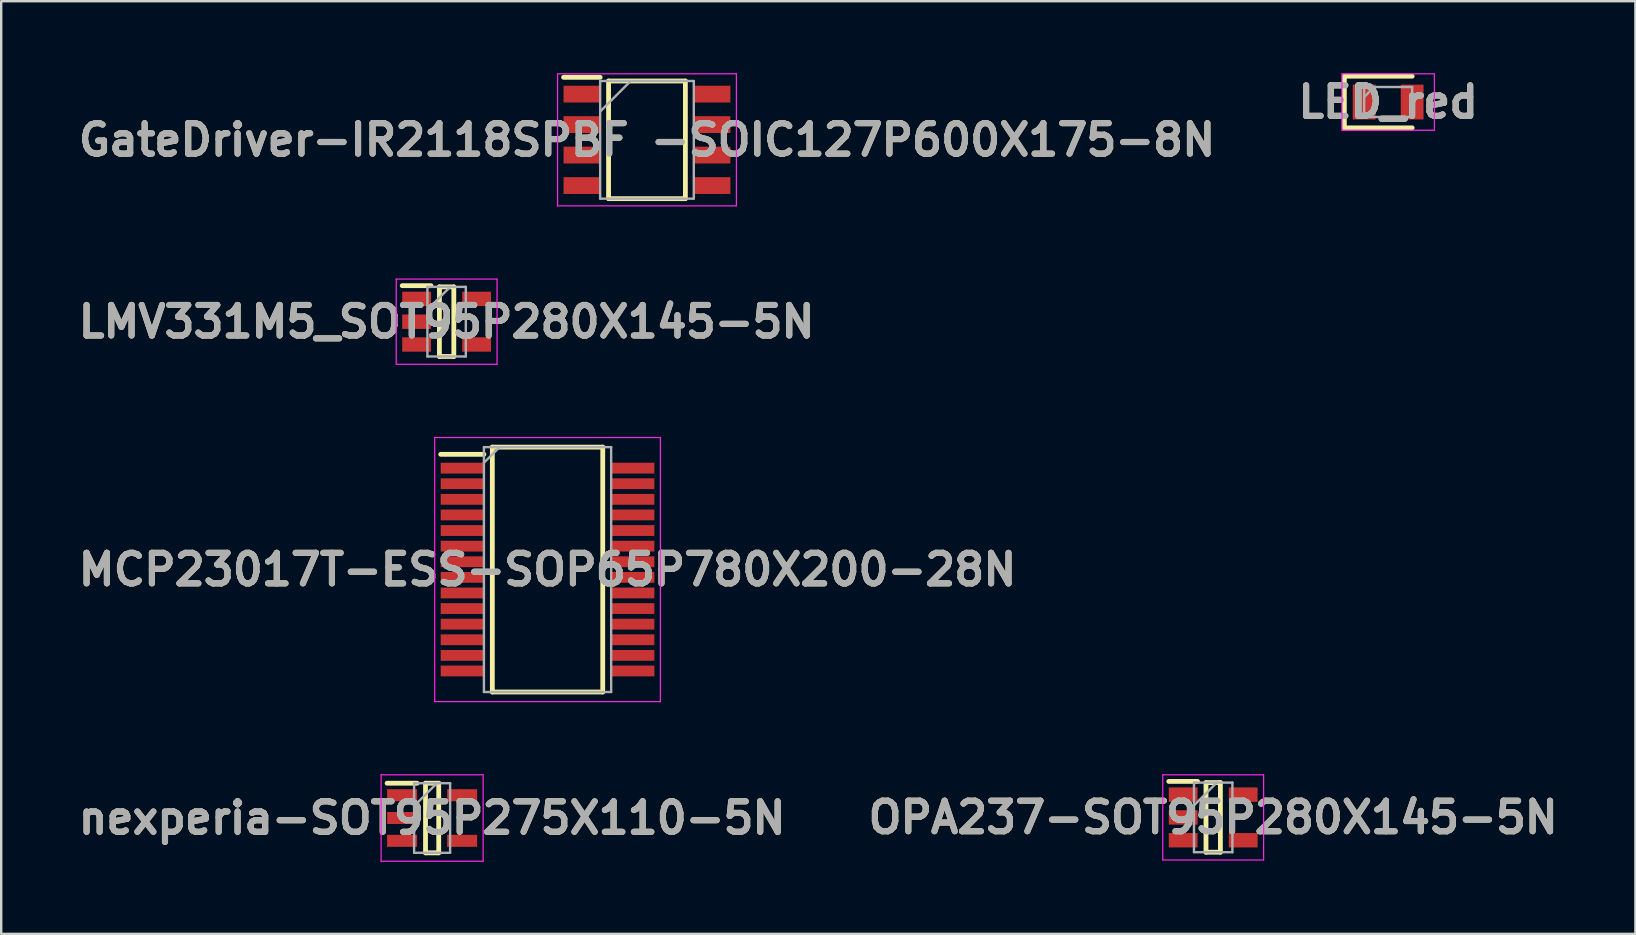
<source format=kicad_pcb>
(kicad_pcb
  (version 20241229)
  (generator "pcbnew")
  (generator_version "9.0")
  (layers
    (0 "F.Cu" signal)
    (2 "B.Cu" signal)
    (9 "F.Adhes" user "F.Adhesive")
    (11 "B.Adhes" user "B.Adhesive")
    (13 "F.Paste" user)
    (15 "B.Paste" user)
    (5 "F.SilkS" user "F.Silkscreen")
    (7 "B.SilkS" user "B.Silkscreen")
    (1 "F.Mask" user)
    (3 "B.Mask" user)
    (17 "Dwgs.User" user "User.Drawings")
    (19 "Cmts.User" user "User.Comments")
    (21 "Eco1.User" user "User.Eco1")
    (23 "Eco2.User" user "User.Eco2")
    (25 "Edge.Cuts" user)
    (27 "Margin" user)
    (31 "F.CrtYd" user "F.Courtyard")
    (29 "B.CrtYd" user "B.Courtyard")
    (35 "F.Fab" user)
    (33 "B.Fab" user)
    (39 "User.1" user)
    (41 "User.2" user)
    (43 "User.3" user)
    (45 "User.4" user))
  (footprint "GateDriver-IR2118SPBF -SOIC127P600X175-8N"
    (layer "F.Cu")
    (at 23.9 2.775)
    (property "Reference" "GateDriver-IR2118SPBF -SOIC127P600X175-8N" (at 0 0 0) (layer "F.SilkS") (effects (font (size 1.27 1.27) (thickness 0.254))))
    (attr smd)
    (fp_line (start -3.475 -2.605) (end -1.95 -2.605) (stroke (width 0.2) (type solid)) (layer "F.SilkS"))
    (fp_line (start -1.6 -2.45) (end 1.6 -2.45) (stroke (width 0.2) (type solid)) (layer "F.SilkS"))
    (fp_line (start -1.6 2.45) (end -1.6 -2.45) (stroke (width 0.2) (type solid)) (layer "F.SilkS"))
    (fp_line (start 1.6 -2.45) (end 1.6 2.45) (stroke (width 0.2) (type solid)) (layer "F.SilkS"))
    (fp_line (start 1.6 2.45) (end -1.6 2.45) (stroke (width 0.2) (type solid)) (layer "F.SilkS"))
    (fp_line (start -3.725 -2.75) (end 3.725 -2.75) (stroke (width 0.05) (type solid)) (layer "F.CrtYd"))
    (fp_line (start -3.725 2.75) (end -3.725 -2.75) (stroke (width 0.05) (type solid)) (layer "F.CrtYd"))
    (fp_line (start 3.725 -2.75) (end 3.725 2.75) (stroke (width 0.05) (type solid)) (layer "F.CrtYd"))
    (fp_line (start 3.725 2.75) (end -3.725 2.75) (stroke (width 0.05) (type solid)) (layer "F.CrtYd"))
    (fp_line (start -1.95 -2.45) (end 1.95 -2.45) (stroke (width 0.1) (type solid)) (layer "F.Fab"))
    (fp_line (start -1.95 -1.18) (end -0.68 -2.45) (stroke (width 0.1) (type solid)) (layer "F.Fab"))
    (fp_line (start -1.95 2.45) (end -1.95 -2.45) (stroke (width 0.1) (type solid)) (layer "F.Fab"))
    (fp_line (start 1.95 -2.45) (end 1.95 2.45) (stroke (width 0.1) (type solid)) (layer "F.Fab"))
    (fp_line (start 1.95 2.45) (end -1.95 2.45) (stroke (width 0.1) (type solid)) (layer "F.Fab"))
    (fp_text user "${REFERENCE}" (at 0 0 0) (layer "F.Fab") (effects (font (size 1.27 1.27) (thickness 0.254))))
    (pad "1" smd rect (at -2.712 -1.905 90) (size 0.7 1.525) (layers "F.Cu" "F.Mask" "F.Paste"))
    (pad "2" smd rect (at -2.712 -0.635 90) (size 0.7 1.525) (layers "F.Cu" "F.Mask" "F.Paste"))
    (pad "3" smd rect (at -2.712 0.635 90) (size 0.7 1.525) (layers "F.Cu" "F.Mask" "F.Paste"))
    (pad "4" smd rect (at -2.712 1.905 90) (size 0.7 1.525) (layers "F.Cu" "F.Mask" "F.Paste"))
    (pad "5" smd rect (at 2.712 1.905 90) (size 0.7 1.525) (layers "F.Cu" "F.Mask" "F.Paste"))
    (pad "6" smd rect (at 2.712 0.635 90) (size 0.7 1.525) (layers "F.Cu" "F.Mask" "F.Paste"))
    (pad "7" smd rect (at 2.712 -0.635 90) (size 0.7 1.525) (layers "F.Cu" "F.Mask" "F.Paste"))
    (pad "8" smd rect (at 2.712 -1.905 90) (size 0.7 1.525) (layers "F.Cu" "F.Mask" "F.Paste")))
  (footprint "OPA237-SOT95P280X145-5N"
    (layer "F.Cu")
    (at 47.486 31)
    (property "Reference" "OPA237-SOT95P280X145-5N" (at 0 0 0) (layer "F.SilkS") (effects (font (size 1.27 1.27) (thickness 0.254))))
    (attr smd)
    (fp_line (start -1.85 -1.5) (end -0.65 -1.5) (stroke (width 0.2) (type solid)) (layer "F.SilkS"))
    (fp_line (start -0.3 -1.45) (end 0.3 -1.45) (stroke (width 0.2) (type solid)) (layer "F.SilkS"))
    (fp_line (start -0.3 1.45) (end -0.3 -1.45) (stroke (width 0.2) (type solid)) (layer "F.SilkS"))
    (fp_line (start 0.3 -1.45) (end 0.3 1.45) (stroke (width 0.2) (type solid)) (layer "F.SilkS"))
    (fp_line (start 0.3 1.45) (end -0.3 1.45) (stroke (width 0.2) (type solid)) (layer "F.SilkS"))
    (fp_line (start -2.1 -1.775) (end 2.1 -1.775) (stroke (width 0.05) (type solid)) (layer "F.CrtYd"))
    (fp_line (start -2.1 1.775) (end -2.1 -1.775) (stroke (width 0.05) (type solid)) (layer "F.CrtYd"))
    (fp_line (start 2.1 -1.775) (end 2.1 1.775) (stroke (width 0.05) (type solid)) (layer "F.CrtYd"))
    (fp_line (start 2.1 1.775) (end -2.1 1.775) (stroke (width 0.05) (type solid)) (layer "F.CrtYd"))
    (fp_line (start -0.8 -1.45) (end 0.8 -1.45) (stroke (width 0.1) (type solid)) (layer "F.Fab"))
    (fp_line (start -0.8 -0.5) (end 0.15 -1.45) (stroke (width 0.1) (type solid)) (layer "F.Fab"))
    (fp_line (start -0.8 1.45) (end -0.8 -1.45) (stroke (width 0.1) (type solid)) (layer "F.Fab"))
    (fp_line (start 0.8 -1.45) (end 0.8 1.45) (stroke (width 0.1) (type solid)) (layer "F.Fab"))
    (fp_line (start 0.8 1.45) (end -0.8 1.45) (stroke (width 0.1) (type solid)) (layer "F.Fab"))
    (fp_text user "${REFERENCE}" (at 0 0 0) (layer "F.Fab") (effects (font (size 1.27 1.27) (thickness 0.254))))
    (pad "1" smd rect (at -1.25 -0.95 90) (size 0.6 1.2) (layers "F.Cu" "F.Mask" "F.Paste"))
    (pad "2" smd rect (at -1.25 0 90) (size 0.6 1.2) (layers "F.Cu" "F.Mask" "F.Paste"))
    (pad "3" smd rect (at -1.25 0.95 90) (size 0.6 1.2) (layers "F.Cu" "F.Mask" "F.Paste"))
    (pad "4" smd rect (at 1.25 0.95 90) (size 0.6 1.2) (layers "F.Cu" "F.Mask" "F.Paste"))
    (pad "5" smd rect (at 1.25 -0.95 90) (size 0.6 1.2) (layers "F.Cu" "F.Mask" "F.Paste")))
  (footprint "LED_red"
    (layer "F.Cu")
    (at 54.774 1.2)
    (property "Reference" "LED_red" (at 0 0 0) (layer "F.SilkS") (effects (font (size 1.27 1.27) (thickness 0.254))))
    (attr smd)
    (fp_line (start -1.825 -1.075) (end -1.825 1.075) (stroke (width 0.2) (type solid)) (layer "F.SilkS"))
    (fp_line (start -1.825 1.075) (end 1 1.075) (stroke (width 0.2) (type solid)) (layer "F.SilkS"))
    (fp_line (start 1 -1.075) (end -1.825 -1.075) (stroke (width 0.2) (type solid)) (layer "F.SilkS"))
    (fp_line (start -1.925 -1.175) (end 1.925 -1.175) (stroke (width 0.05) (type solid)) (layer "F.CrtYd"))
    (fp_line (start -1.925 1.175) (end -1.925 -1.175) (stroke (width 0.05) (type solid)) (layer "F.CrtYd"))
    (fp_line (start 1.925 -1.175) (end 1.925 1.175) (stroke (width 0.05) (type solid)) (layer "F.CrtYd"))
    (fp_line (start 1.925 1.175) (end -1.925 1.175) (stroke (width 0.05) (type solid)) (layer "F.CrtYd"))
    (fp_line (start -1 -0.625) (end 1 -0.625) (stroke (width 0.1) (type solid)) (layer "F.Fab"))
    (fp_line (start -1 -0.208) (end -0.583 -0.625) (stroke (width 0.1) (type solid)) (layer "F.Fab"))
    (fp_line (start -1 0.625) (end -1 -0.625) (stroke (width 0.1) (type solid)) (layer "F.Fab"))
    (fp_line (start 1 -0.625) (end 1 0.625) (stroke (width 0.1) (type solid)) (layer "F.Fab"))
    (fp_line (start 1 0.625) (end -1 0.625) (stroke (width 0.1) (type solid)) (layer "F.Fab"))
    (fp_text user "${REFERENCE}" (at 0 0 0) (layer "F.Fab") (effects (font (size 1.27 1.27) (thickness 0.254))))
    (pad "1" smd rect (at -1 0) (size 0.95 1.45) (layers "F.Cu" "F.Mask" "F.Paste"))
    (pad "2" smd rect (at 1 0) (size 0.95 1.45) (layers "F.Cu" "F.Mask" "F.Paste")))
  (footprint "LMV331M5_SOT95P280X145-5N"
    (layer "F.Cu")
    (at 15.554 10.35)
    (property "Reference" "LMV331M5_SOT95P280X145-5N" (at 0 0 0) (layer "F.SilkS") (effects (font (size 1.27 1.27) (thickness 0.254))))
    (attr smd)
    (fp_line (start -1.85 -1.5) (end -0.65 -1.5) (stroke (width 0.2) (type solid)) (layer "F.SilkS"))
    (fp_line (start -0.3 -1.45) (end 0.3 -1.45) (stroke (width 0.2) (type solid)) (layer "F.SilkS"))
    (fp_line (start -0.3 1.45) (end -0.3 -1.45) (stroke (width 0.2) (type solid)) (layer "F.SilkS"))
    (fp_line (start 0.3 -1.45) (end 0.3 1.45) (stroke (width 0.2) (type solid)) (layer "F.SilkS"))
    (fp_line (start 0.3 1.45) (end -0.3 1.45) (stroke (width 0.2) (type solid)) (layer "F.SilkS"))
    (fp_line (start -2.1 -1.775) (end 2.1 -1.775) (stroke (width 0.05) (type solid)) (layer "F.CrtYd"))
    (fp_line (start -2.1 1.775) (end -2.1 -1.775) (stroke (width 0.05) (type solid)) (layer "F.CrtYd"))
    (fp_line (start 2.1 -1.775) (end 2.1 1.775) (stroke (width 0.05) (type solid)) (layer "F.CrtYd"))
    (fp_line (start 2.1 1.775) (end -2.1 1.775) (stroke (width 0.05) (type solid)) (layer "F.CrtYd"))
    (fp_line (start -0.8 -1.45) (end 0.8 -1.45) (stroke (width 0.1) (type solid)) (layer "F.Fab"))
    (fp_line (start -0.8 -0.5) (end 0.15 -1.45) (stroke (width 0.1) (type solid)) (layer "F.Fab"))
    (fp_line (start -0.8 1.45) (end -0.8 -1.45) (stroke (width 0.1) (type solid)) (layer "F.Fab"))
    (fp_line (start 0.8 -1.45) (end 0.8 1.45) (stroke (width 0.1) (type solid)) (layer "F.Fab"))
    (fp_line (start 0.8 1.45) (end -0.8 1.45) (stroke (width 0.1) (type solid)) (layer "F.Fab"))
    (fp_text user "${REFERENCE}" (at 0 0 0) (layer "F.Fab") (effects (font (size 1.27 1.27) (thickness 0.254))))
    (pad "1" smd rect (at -1.25 -0.95 90) (size 0.6 1.2) (layers "F.Cu" "F.Mask" "F.Paste"))
    (pad "2" smd rect (at -1.25 0 90) (size 0.6 1.2) (layers "F.Cu" "F.Mask" "F.Paste"))
    (pad "3" smd rect (at -1.25 0.95 90) (size 0.6 1.2) (layers "F.Cu" "F.Mask" "F.Paste"))
    (pad "4" smd rect (at 1.25 0.95 90) (size 0.6 1.2) (layers "F.Cu" "F.Mask" "F.Paste"))
    (pad "5" smd rect (at 1.25 -0.95 90) (size 0.6 1.2) (layers "F.Cu" "F.Mask" "F.Paste")))
  (footprint "MCP23017T-ESS-SOP65P780X200-28N"
    (layer "F.Cu")
    (at 19.758 20.675)
    (property "Reference" "MCP23017T-ESS-SOP65P780X200-28N" (at 0 0 0) (layer "F.SilkS") (effects (font (size 1.27 1.27) (thickness 0.254))))
    (attr smd)
    (fp_line (start -4.45 -4.8) (end -2.65 -4.8) (stroke (width 0.2) (type solid)) (layer "F.SilkS"))
    (fp_line (start -2.3 -5.1) (end 2.3 -5.1) (stroke (width 0.2) (type solid)) (layer "F.SilkS"))
    (fp_line (start -2.3 5.1) (end -2.3 -5.1) (stroke (width 0.2) (type solid)) (layer "F.SilkS"))
    (fp_line (start 2.3 -5.1) (end 2.3 5.1) (stroke (width 0.2) (type solid)) (layer "F.SilkS"))
    (fp_line (start 2.3 5.1) (end -2.3 5.1) (stroke (width 0.2) (type solid)) (layer "F.SilkS"))
    (fp_line (start -4.7 -5.5) (end 4.7 -5.5) (stroke (width 0.05) (type solid)) (layer "F.CrtYd"))
    (fp_line (start -4.7 5.5) (end -4.7 -5.5) (stroke (width 0.05) (type solid)) (layer "F.CrtYd"))
    (fp_line (start 4.7 -5.5) (end 4.7 5.5) (stroke (width 0.05) (type solid)) (layer "F.CrtYd"))
    (fp_line (start 4.7 5.5) (end -4.7 5.5) (stroke (width 0.05) (type solid)) (layer "F.CrtYd"))
    (fp_line (start -2.65 -5.1) (end 2.65 -5.1) (stroke (width 0.1) (type solid)) (layer "F.Fab"))
    (fp_line (start -2.65 -4.45) (end -2 -5.1) (stroke (width 0.1) (type solid)) (layer "F.Fab"))
    (fp_line (start -2.65 5.1) (end -2.65 -5.1) (stroke (width 0.1) (type solid)) (layer "F.Fab"))
    (fp_line (start 2.65 -5.1) (end 2.65 5.1) (stroke (width 0.1) (type solid)) (layer "F.Fab"))
    (fp_line (start 2.65 5.1) (end -2.65 5.1) (stroke (width 0.1) (type solid)) (layer "F.Fab"))
    (fp_text user "${REFERENCE}" (at 0 0 0) (layer "F.Fab") (effects (font (size 1.27 1.27) (thickness 0.254))))
    (pad "1" smd rect (at -3.55 -4.225 90) (size 0.45 1.8) (layers "F.Cu" "F.Mask" "F.Paste"))
    (pad "2" smd rect (at -3.55 -3.575 90) (size 0.45 1.8) (layers "F.Cu" "F.Mask" "F.Paste"))
    (pad "3" smd rect (at -3.55 -2.925 90) (size 0.45 1.8) (layers "F.Cu" "F.Mask" "F.Paste"))
    (pad "4" smd rect (at -3.55 -2.275 90) (size 0.45 1.8) (layers "F.Cu" "F.Mask" "F.Paste"))
    (pad "5" smd rect (at -3.55 -1.625 90) (size 0.45 1.8) (layers "F.Cu" "F.Mask" "F.Paste"))
    (pad "6" smd rect (at -3.55 -0.975 90) (size 0.45 1.8) (layers "F.Cu" "F.Mask" "F.Paste"))
    (pad "7" smd rect (at -3.55 -0.325 90) (size 0.45 1.8) (layers "F.Cu" "F.Mask" "F.Paste"))
    (pad "8" smd rect (at -3.55 0.325 90) (size 0.45 1.8) (layers "F.Cu" "F.Mask" "F.Paste"))
    (pad "9" smd rect (at -3.55 0.975 90) (size 0.45 1.8) (layers "F.Cu" "F.Mask" "F.Paste"))
    (pad "10" smd rect (at -3.55 1.625 90) (size 0.45 1.8) (layers "F.Cu" "F.Mask" "F.Paste"))
    (pad "11" smd rect (at -3.55 2.275 90) (size 0.45 1.8) (layers "F.Cu" "F.Mask" "F.Paste"))
    (pad "12" smd rect (at -3.55 2.925 90) (size 0.45 1.8) (layers "F.Cu" "F.Mask" "F.Paste"))
    (pad "13" smd rect (at -3.55 3.575 90) (size 0.45 1.8) (layers "F.Cu" "F.Mask" "F.Paste"))
    (pad "14" smd rect (at -3.55 4.225 90) (size 0.45 1.8) (layers "F.Cu" "F.Mask" "F.Paste"))
    (pad "15" smd rect (at 3.55 4.225 90) (size 0.45 1.8) (layers "F.Cu" "F.Mask" "F.Paste"))
    (pad "16" smd rect (at 3.55 3.575 90) (size 0.45 1.8) (layers "F.Cu" "F.Mask" "F.Paste"))
    (pad "17" smd rect (at 3.55 2.925 90) (size 0.45 1.8) (layers "F.Cu" "F.Mask" "F.Paste"))
    (pad "18" smd rect (at 3.55 2.275 90) (size 0.45 1.8) (layers "F.Cu" "F.Mask" "F.Paste"))
    (pad "19" smd rect (at 3.55 1.625 90) (size 0.45 1.8) (layers "F.Cu" "F.Mask" "F.Paste"))
    (pad "20" smd rect (at 3.55 0.975 90) (size 0.45 1.8) (layers "F.Cu" "F.Mask" "F.Paste"))
    (pad "21" smd rect (at 3.55 0.325 90) (size 0.45 1.8) (layers "F.Cu" "F.Mask" "F.Paste"))
    (pad "22" smd rect (at 3.55 -0.325 90) (size 0.45 1.8) (layers "F.Cu" "F.Mask" "F.Paste"))
    (pad "23" smd rect (at 3.55 -0.975 90) (size 0.45 1.8) (layers "F.Cu" "F.Mask" "F.Paste"))
    (pad "24" smd rect (at 3.55 -1.625 90) (size 0.45 1.8) (layers "F.Cu" "F.Mask" "F.Paste"))
    (pad "25" smd rect (at 3.55 -2.275 90) (size 0.45 1.8) (layers "F.Cu" "F.Mask" "F.Paste"))
    (pad "26" smd rect (at 3.55 -2.925 90) (size 0.45 1.8) (layers "F.Cu" "F.Mask" "F.Paste"))
    (pad "27" smd rect (at 3.55 -3.575 90) (size 0.45 1.8) (layers "F.Cu" "F.Mask" "F.Paste"))
    (pad "28" smd rect (at 3.55 -4.225 90) (size 0.45 1.8) (layers "F.Cu" "F.Mask" "F.Paste")))
  (footprint "nexperia-SOT95P275X110-5N"
    (layer "F.Cu")
    (at 14.95 31.025)
    (property "Reference" "nexperia-SOT95P275X110-5N" (at 0 0 0) (layer "F.SilkS") (effects (font (size 1.27 1.27) (thickness 0.254))))
    (attr smd)
    (fp_line (start -1.875 -1.45) (end -0.625 -1.45) (stroke (width 0.2) (type solid)) (layer "F.SilkS"))
    (fp_line (start -0.275 -1.45) (end 0.275 -1.45) (stroke (width 0.2) (type solid)) (layer "F.SilkS"))
    (fp_line (start -0.275 1.45) (end -0.275 -1.45) (stroke (width 0.2) (type solid)) (layer "F.SilkS"))
    (fp_line (start 0.275 -1.45) (end 0.275 1.45) (stroke (width 0.2) (type solid)) (layer "F.SilkS"))
    (fp_line (start 0.275 1.45) (end -0.275 1.45) (stroke (width 0.2) (type solid)) (layer "F.SilkS"))
    (fp_line (start -2.125 -1.8) (end 2.125 -1.8) (stroke (width 0.05) (type solid)) (layer "F.CrtYd"))
    (fp_line (start -2.125 1.8) (end -2.125 -1.8) (stroke (width 0.05) (type solid)) (layer "F.CrtYd"))
    (fp_line (start 2.125 -1.8) (end 2.125 1.8) (stroke (width 0.05) (type solid)) (layer "F.CrtYd"))
    (fp_line (start 2.125 1.8) (end -2.125 1.8) (stroke (width 0.05) (type solid)) (layer "F.CrtYd"))
    (fp_line (start -0.75 -1.45) (end 0.75 -1.45) (stroke (width 0.1) (type solid)) (layer "F.Fab"))
    (fp_line (start -0.75 -0.5) (end 0.2 -1.45) (stroke (width 0.1) (type solid)) (layer "F.Fab"))
    (fp_line (start -0.75 1.45) (end -0.75 -1.45) (stroke (width 0.1) (type solid)) (layer "F.Fab"))
    (fp_line (start 0.75 -1.45) (end 0.75 1.45) (stroke (width 0.1) (type solid)) (layer "F.Fab"))
    (fp_line (start 0.75 1.45) (end -0.75 1.45) (stroke (width 0.1) (type solid)) (layer "F.Fab"))
    (fp_text user "${REFERENCE}" (at 0 0 0) (layer "F.Fab") (effects (font (size 1.27 1.27) (thickness 0.254))))
    (pad "1" smd rect (at -1.25 -0.95 90) (size 0.5 1.25) (layers "F.Cu" "F.Mask" "F.Paste"))
    (pad "2" smd rect (at -1.25 0 90) (size 0.5 1.25) (layers "F.Cu" "F.Mask" "F.Paste"))
    (pad "3" smd rect (at -1.25 0.95 90) (size 0.5 1.25) (layers "F.Cu" "F.Mask" "F.Paste"))
    (pad "4" smd rect (at 1.25 0.95 90) (size 0.5 1.25) (layers "F.Cu" "F.Mask" "F.Paste"))
    (pad "5" smd rect (at 1.25 -0.95 90) (size 0.5 1.25) (layers "F.Cu" "F.Mask" "F.Paste")))
  (gr_rect
    (start -3 -3)
    (end 65.073 35.85)
    (stroke (width 0.1) (type default))
    (fill no)
    (layer "Edge.Cuts")))
</source>
